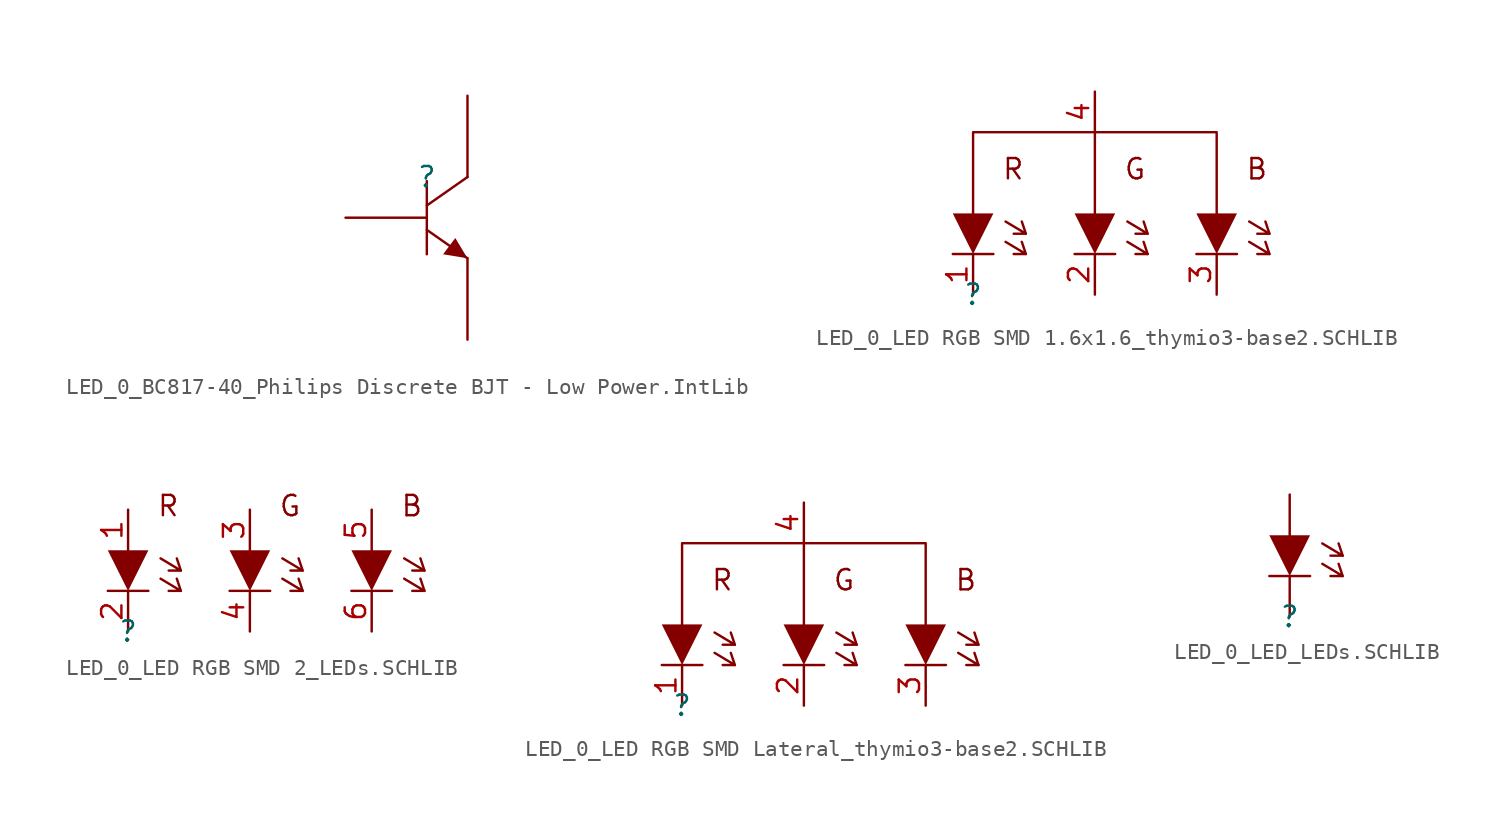
<source format=kicad_sym>
(kicad_symbol_lib
  (version 20241209)
  (generator "kicad_symbol_editor")
  (generator_version "9.0")
  (symbol "LED_0_BC817-40_Philips Discrete BJT - Low Power.IntLib"
    (pin_numbers
      (hide yes))
    (pin_names
      (hide yes))
    (property "Reference" ""
      (at 0 0 0)
      (effects (font (size 1.27 1.27))))
    (property "Value" ""
      (at 0 0 0)
      (effects (font (size 1.27 1.27))))
    (symbol "LED_0_BC817-40_Philips Discrete BJT - Low Power.IntLib_1_0"
      (polyline (pts (xy 0 -0.254) (xy 0 -4.826)) (stroke (width 0) (type solid)) (fill (type none)))
      (polyline (pts (xy 0 -3.302) (xy 2.54 -5.08)) (stroke (width 0) (type solid)) (fill (type none)))
      (polyline (pts (xy 2.54 0) (xy 0 -1.778)) (stroke (width 0) (type solid)) (fill (type none)))
      (polyline (pts (xy 2.54 -5.08) (xy 1.778 -3.81) (xy 1.016 -4.826) (xy 2.54 -5.08)) (stroke (width -0.0001) (type solid)) (fill (type outline)))
      (pin passive line (at -5.08 -2.54 0) (length 5.08) (name "B" (effects (font (size 1.27 1.27)))) (number "1" (effects (font (size 1.27 1.27)))))
      (pin passive line (at 2.54 5.08 270) (length 5.08) (name "C" (effects (font (size 1.27 1.27)))) (number "3" (effects (font (size 1.27 1.27)))))
      (pin passive line (at 2.54 -10.16 90) (length 5.08) (name "E" (effects (font (size 1.27 1.27)))) (number "2" (effects (font (size 1.27 1.27)))))))
  (symbol "LED_0_LED RGB SMD 1.6x1.6_thymio3-base2.SCHLIB"
    (pin_names
      (hide yes))
    (property "Reference" ""
      (at 0 0 0)
      (effects (font (size 1.27 1.27))))
    (property "Value" ""
      (at 0 0 0)
      (effects (font (size 1.27 1.27))))
    (symbol "LED_0_LED RGB SMD 1.6x1.6_thymio3-base2.SCHLIB_1_0"
      (polyline (pts (xy -1.27 5.08) (xy 1.27 5.08) (xy 0 2.54) (xy -1.27 5.08)) (stroke (width -0.0001) (type solid)) (fill (type outline)))
      (polyline (pts (xy -1.27 2.54) (xy 1.27 2.54)) (stroke (width 0) (type solid)) (fill (type none)))
      (polyline (pts (xy 0 5.08) (xy 0 10.16) (xy 7.62 10.16) (xy 7.62 5.08) (xy 7.62 10.16) (xy 15.24 10.16) (xy 15.24 5.08)) (stroke (width 0) (type solid)) (fill (type none)))
      (polyline (pts (xy 2.032 4.572) (xy 3.302 3.81) (xy 2.54 3.81)) (stroke (width 0) (type solid)) (fill (type none)))
      (polyline (pts (xy 2.032 3.302) (xy 3.302 2.54) (xy 2.54 2.54)) (stroke (width 0) (type solid)) (fill (type none)))
      (polyline (pts (xy 3.302 3.81) (xy 3.048 4.572)) (stroke (width 0) (type solid)) (fill (type none)))
      (polyline (pts (xy 3.302 2.54) (xy 3.048 3.302)) (stroke (width 0) (type solid)) (fill (type none)))
      (polyline (pts (xy 6.35 5.08) (xy 8.89 5.08) (xy 7.62 2.54) (xy 6.35 5.08)) (stroke (width -0.0001) (type solid)) (fill (type outline)))
      (polyline (pts (xy 6.35 2.54) (xy 8.89 2.54)) (stroke (width 0) (type solid)) (fill (type none)))
      (polyline (pts (xy 9.652 4.572) (xy 10.922 3.81) (xy 10.16 3.81)) (stroke (width 0) (type solid)) (fill (type none)))
      (polyline (pts (xy 9.652 3.302) (xy 10.922 2.54) (xy 10.16 2.54)) (stroke (width 0) (type solid)) (fill (type none)))
      (polyline (pts (xy 10.922 3.81) (xy 10.668 4.572)) (stroke (width 0) (type solid)) (fill (type none)))
      (polyline (pts (xy 10.922 2.54) (xy 10.668 3.302)) (stroke (width 0) (type solid)) (fill (type none)))
      (polyline (pts (xy 13.97 5.08) (xy 16.51 5.08) (xy 15.24 2.54) (xy 13.97 5.08)) (stroke (width -0.0001) (type solid)) (fill (type outline)))
      (polyline (pts (xy 13.97 2.54) (xy 16.51 2.54)) (stroke (width 0) (type solid)) (fill (type none)))
      (polyline (pts (xy 17.272 4.572) (xy 18.542 3.81) (xy 17.78 3.81)) (stroke (width 0) (type solid)) (fill (type none)))
      (polyline (pts (xy 17.272 3.302) (xy 18.542 2.54) (xy 17.78 2.54)) (stroke (width 0) (type solid)) (fill (type none)))
      (polyline (pts (xy 18.542 3.81) (xy 18.288 4.572)) (stroke (width 0) (type solid)) (fill (type none)))
      (polyline (pts (xy 18.542 2.54) (xy 18.288 3.302)) (stroke (width 0) (type solid)) (fill (type none)))
      (text "R" (at 1.778 7.112 0) (effects (font (size 1.27 1.27)) (justify left bottom)))
      (text "G" (at 9.398 7.112 0) (effects (font (size 1.27 1.27)) (justify left bottom)))
      (text "B" (at 17.018 7.112 0) (effects (font (size 1.27 1.27)) (justify left bottom)))
      (pin passive line (at 0 0 90) (length 2.54) (name "Kb" (effects (font (size 1.27 1.27)))) (number "1" (effects (font (size 1.27 1.27)))))
      (pin passive line (at 7.62 12.7 270) (length 2.54) (name "Kr" (effects (font (size 1.27 1.27)))) (number "4" (effects (font (size 1.27 1.27)))))
      (pin passive line (at 7.62 0 90) (length 2.54) (name "Kg" (effects (font (size 1.27 1.27)))) (number "2" (effects (font (size 1.27 1.27)))))
      (pin passive line (at 15.24 0 90) (length 2.54) (name "Kr" (effects (font (size 1.27 1.27)))) (number "3" (effects (font (size 1.27 1.27)))))))
  (symbol "LED_0_LED RGB SMD 2_LEDs.SCHLIB"
    (pin_names
      (hide yes))
    (property "Reference" ""
      (at 0 0 0)
      (effects (font (size 1.27 1.27))))
    (property "Value" ""
      (at 0 0 0)
      (effects (font (size 1.27 1.27))))
    (symbol "LED_0_LED RGB SMD 2_LEDs.SCHLIB_1_0"
      (polyline (pts (xy -1.27 5.08) (xy 1.27 5.08) (xy 0 2.54) (xy -1.27 5.08)) (stroke (width -0.0001) (type solid)) (fill (type outline)))
      (polyline (pts (xy -1.27 2.54) (xy 1.27 2.54)) (stroke (width 0) (type solid)) (fill (type none)))
      (polyline (pts (xy 2.032 4.572) (xy 3.302 3.81) (xy 2.54 3.81)) (stroke (width 0) (type solid)) (fill (type none)))
      (polyline (pts (xy 2.032 3.302) (xy 3.302 2.54) (xy 2.54 2.54)) (stroke (width 0) (type solid)) (fill (type none)))
      (polyline (pts (xy 3.302 3.81) (xy 3.048 4.572)) (stroke (width 0) (type solid)) (fill (type none)))
      (polyline (pts (xy 3.302 2.54) (xy 3.048 3.302)) (stroke (width 0) (type solid)) (fill (type none)))
      (polyline (pts (xy 6.35 5.08) (xy 8.89 5.08) (xy 7.62 2.54) (xy 6.35 5.08)) (stroke (width -0.0001) (type solid)) (fill (type outline)))
      (polyline (pts (xy 6.35 2.54) (xy 8.89 2.54)) (stroke (width 0) (type solid)) (fill (type none)))
      (polyline (pts (xy 9.652 4.572) (xy 10.922 3.81) (xy 10.16 3.81)) (stroke (width 0) (type solid)) (fill (type none)))
      (polyline (pts (xy 9.652 3.302) (xy 10.922 2.54) (xy 10.16 2.54)) (stroke (width 0) (type solid)) (fill (type none)))
      (polyline (pts (xy 10.922 3.81) (xy 10.668 4.572)) (stroke (width 0) (type solid)) (fill (type none)))
      (polyline (pts (xy 10.922 2.54) (xy 10.668 3.302)) (stroke (width 0) (type solid)) (fill (type none)))
      (polyline (pts (xy 13.97 5.08) (xy 16.51 5.08) (xy 15.24 2.54) (xy 13.97 5.08)) (stroke (width -0.0001) (type solid)) (fill (type outline)))
      (polyline (pts (xy 13.97 2.54) (xy 16.51 2.54)) (stroke (width 0) (type solid)) (fill (type none)))
      (polyline (pts (xy 17.272 4.572) (xy 18.542 3.81) (xy 17.78 3.81)) (stroke (width 0) (type solid)) (fill (type none)))
      (polyline (pts (xy 17.272 3.302) (xy 18.542 2.54) (xy 17.78 2.54)) (stroke (width 0) (type solid)) (fill (type none)))
      (polyline (pts (xy 18.542 3.81) (xy 18.288 4.572)) (stroke (width 0) (type solid)) (fill (type none)))
      (polyline (pts (xy 18.542 2.54) (xy 18.288 3.302)) (stroke (width 0) (type solid)) (fill (type none)))
      (text "R" (at 1.778 7.112 0) (effects (font (size 1.27 1.27)) (justify left bottom)))
      (text "G" (at 9.398 7.112 0) (effects (font (size 1.27 1.27)) (justify left bottom)))
      (text "B" (at 17.018 7.112 0) (effects (font (size 1.27 1.27)) (justify left bottom)))
      (pin passive line (at 0 7.62 270) (length 2.54) (name "Ar" (effects (font (size 1.27 1.27)))) (number "1" (effects (font (size 1.27 1.27)))))
      (pin passive line (at 0 0 90) (length 2.54) (name "Kr" (effects (font (size 1.27 1.27)))) (number "2" (effects (font (size 1.27 1.27)))))
      (pin passive line (at 7.62 7.62 270) (length 2.54) (name "Ag" (effects (font (size 1.27 1.27)))) (number "3" (effects (font (size 1.27 1.27)))))
      (pin passive line (at 7.62 0 90) (length 2.54) (name "Kg" (effects (font (size 1.27 1.27)))) (number "4" (effects (font (size 1.27 1.27)))))
      (pin passive line (at 15.24 7.62 270) (length 2.54) (name "Ab" (effects (font (size 1.27 1.27)))) (number "5" (effects (font (size 1.27 1.27)))))
      (pin passive line (at 15.24 0 90) (length 2.54) (name "Kb" (effects (font (size 1.27 1.27)))) (number "6" (effects (font (size 1.27 1.27)))))))
  (symbol "LED_0_LED RGB SMD Lateral_thymio3-base2.SCHLIB"
    (pin_names
      (hide yes))
    (property "Reference" ""
      (at 0 0 0)
      (effects (font (size 1.27 1.27))))
    (property "Value" ""
      (at 0 0 0)
      (effects (font (size 1.27 1.27))))
    (symbol "LED_0_LED RGB SMD Lateral_thymio3-base2.SCHLIB_1_0"
      (polyline (pts (xy -1.27 5.08) (xy 1.27 5.08) (xy 0 2.54) (xy -1.27 5.08)) (stroke (width -0.0001) (type solid)) (fill (type outline)))
      (polyline (pts (xy -1.27 2.54) (xy 1.27 2.54)) (stroke (width 0) (type solid)) (fill (type none)))
      (polyline (pts (xy 0 5.08) (xy 0 10.16) (xy 7.62 10.16) (xy 7.62 5.08) (xy 7.62 10.16) (xy 15.24 10.16) (xy 15.24 5.08)) (stroke (width 0) (type solid)) (fill (type none)))
      (polyline (pts (xy 2.032 4.572) (xy 3.302 3.81) (xy 2.54 3.81)) (stroke (width 0) (type solid)) (fill (type none)))
      (polyline (pts (xy 2.032 3.302) (xy 3.302 2.54) (xy 2.54 2.54)) (stroke (width 0) (type solid)) (fill (type none)))
      (polyline (pts (xy 3.302 3.81) (xy 3.048 4.572)) (stroke (width 0) (type solid)) (fill (type none)))
      (polyline (pts (xy 3.302 2.54) (xy 3.048 3.302)) (stroke (width 0) (type solid)) (fill (type none)))
      (polyline (pts (xy 6.35 5.08) (xy 8.89 5.08) (xy 7.62 2.54) (xy 6.35 5.08)) (stroke (width -0.0001) (type solid)) (fill (type outline)))
      (polyline (pts (xy 6.35 2.54) (xy 8.89 2.54)) (stroke (width 0) (type solid)) (fill (type none)))
      (polyline (pts (xy 9.652 4.572) (xy 10.922 3.81) (xy 10.16 3.81)) (stroke (width 0) (type solid)) (fill (type none)))
      (polyline (pts (xy 9.652 3.302) (xy 10.922 2.54) (xy 10.16 2.54)) (stroke (width 0) (type solid)) (fill (type none)))
      (polyline (pts (xy 10.922 3.81) (xy 10.668 4.572)) (stroke (width 0) (type solid)) (fill (type none)))
      (polyline (pts (xy 10.922 2.54) (xy 10.668 3.302)) (stroke (width 0) (type solid)) (fill (type none)))
      (polyline (pts (xy 13.97 5.08) (xy 16.51 5.08) (xy 15.24 2.54) (xy 13.97 5.08)) (stroke (width -0.0001) (type solid)) (fill (type outline)))
      (polyline (pts (xy 13.97 2.54) (xy 16.51 2.54)) (stroke (width 0) (type solid)) (fill (type none)))
      (polyline (pts (xy 17.272 4.572) (xy 18.542 3.81) (xy 17.78 3.81)) (stroke (width 0) (type solid)) (fill (type none)))
      (polyline (pts (xy 17.272 3.302) (xy 18.542 2.54) (xy 17.78 2.54)) (stroke (width 0) (type solid)) (fill (type none)))
      (polyline (pts (xy 18.542 3.81) (xy 18.288 4.572)) (stroke (width 0) (type solid)) (fill (type none)))
      (polyline (pts (xy 18.542 2.54) (xy 18.288 3.302)) (stroke (width 0) (type solid)) (fill (type none)))
      (text "R" (at 1.778 7.112 0) (effects (font (size 1.27 1.27)) (justify left bottom)))
      (text "G" (at 9.398 7.112 0) (effects (font (size 1.27 1.27)) (justify left bottom)))
      (text "B" (at 17.018 7.112 0) (effects (font (size 1.27 1.27)) (justify left bottom)))
      (pin passive line (at 0 0 90) (length 2.54) (name "Kb" (effects (font (size 1.27 1.27)))) (number "1" (effects (font (size 1.27 1.27)))))
      (pin passive line (at 7.62 12.7 270) (length 2.54) (name "Kr" (effects (font (size 1.27 1.27)))) (number "4" (effects (font (size 1.27 1.27)))))
      (pin passive line (at 7.62 0 90) (length 2.54) (name "Kg" (effects (font (size 1.27 1.27)))) (number "2" (effects (font (size 1.27 1.27)))))
      (pin passive line (at 15.24 0 90) (length 2.54) (name "Kr" (effects (font (size 1.27 1.27)))) (number "3" (effects (font (size 1.27 1.27)))))))
  (symbol "LED_0_LED_LEDs.SCHLIB"
    (pin_numbers
      (hide yes))
    (pin_names
      (hide yes))
    (property "Reference" ""
      (at 0 0 0)
      (effects (font (size 1.27 1.27))))
    (property "Value" ""
      (at 0 0 0)
      (effects (font (size 1.27 1.27))))
    (symbol "LED_0_LED_LEDs.SCHLIB_1_0"
      (polyline (pts (xy -1.27 5.08) (xy 1.27 5.08) (xy 0 2.54) (xy -1.27 5.08)) (stroke (width -0.0001) (type solid)) (fill (type outline)))
      (polyline (pts (xy -1.27 2.54) (xy 1.27 2.54)) (stroke (width 0) (type solid)) (fill (type none)))
      (polyline (pts (xy 2.032 4.572) (xy 3.302 3.81) (xy 2.54 3.81)) (stroke (width 0) (type solid)) (fill (type none)))
      (polyline (pts (xy 2.032 3.302) (xy 3.302 2.54) (xy 2.54 2.54)) (stroke (width 0) (type solid)) (fill (type none)))
      (polyline (pts (xy 3.302 3.81) (xy 3.048 4.572)) (stroke (width 0) (type solid)) (fill (type none)))
      (polyline (pts (xy 3.302 2.54) (xy 3.048 3.302)) (stroke (width 0) (type solid)) (fill (type none)))
      (pin passive line (at 0 7.62 270) (length 2.54) (name "A" (effects (font (size 1.27 1.27)))) (number "2" (effects (font (size 1.27 1.27)))))
      (pin passive line (at 0 0 90) (length 2.54) (name "K" (effects (font (size 1.27 1.27)))) (number "1" (effects (font (size 1.27 1.27))))))))
</source>
